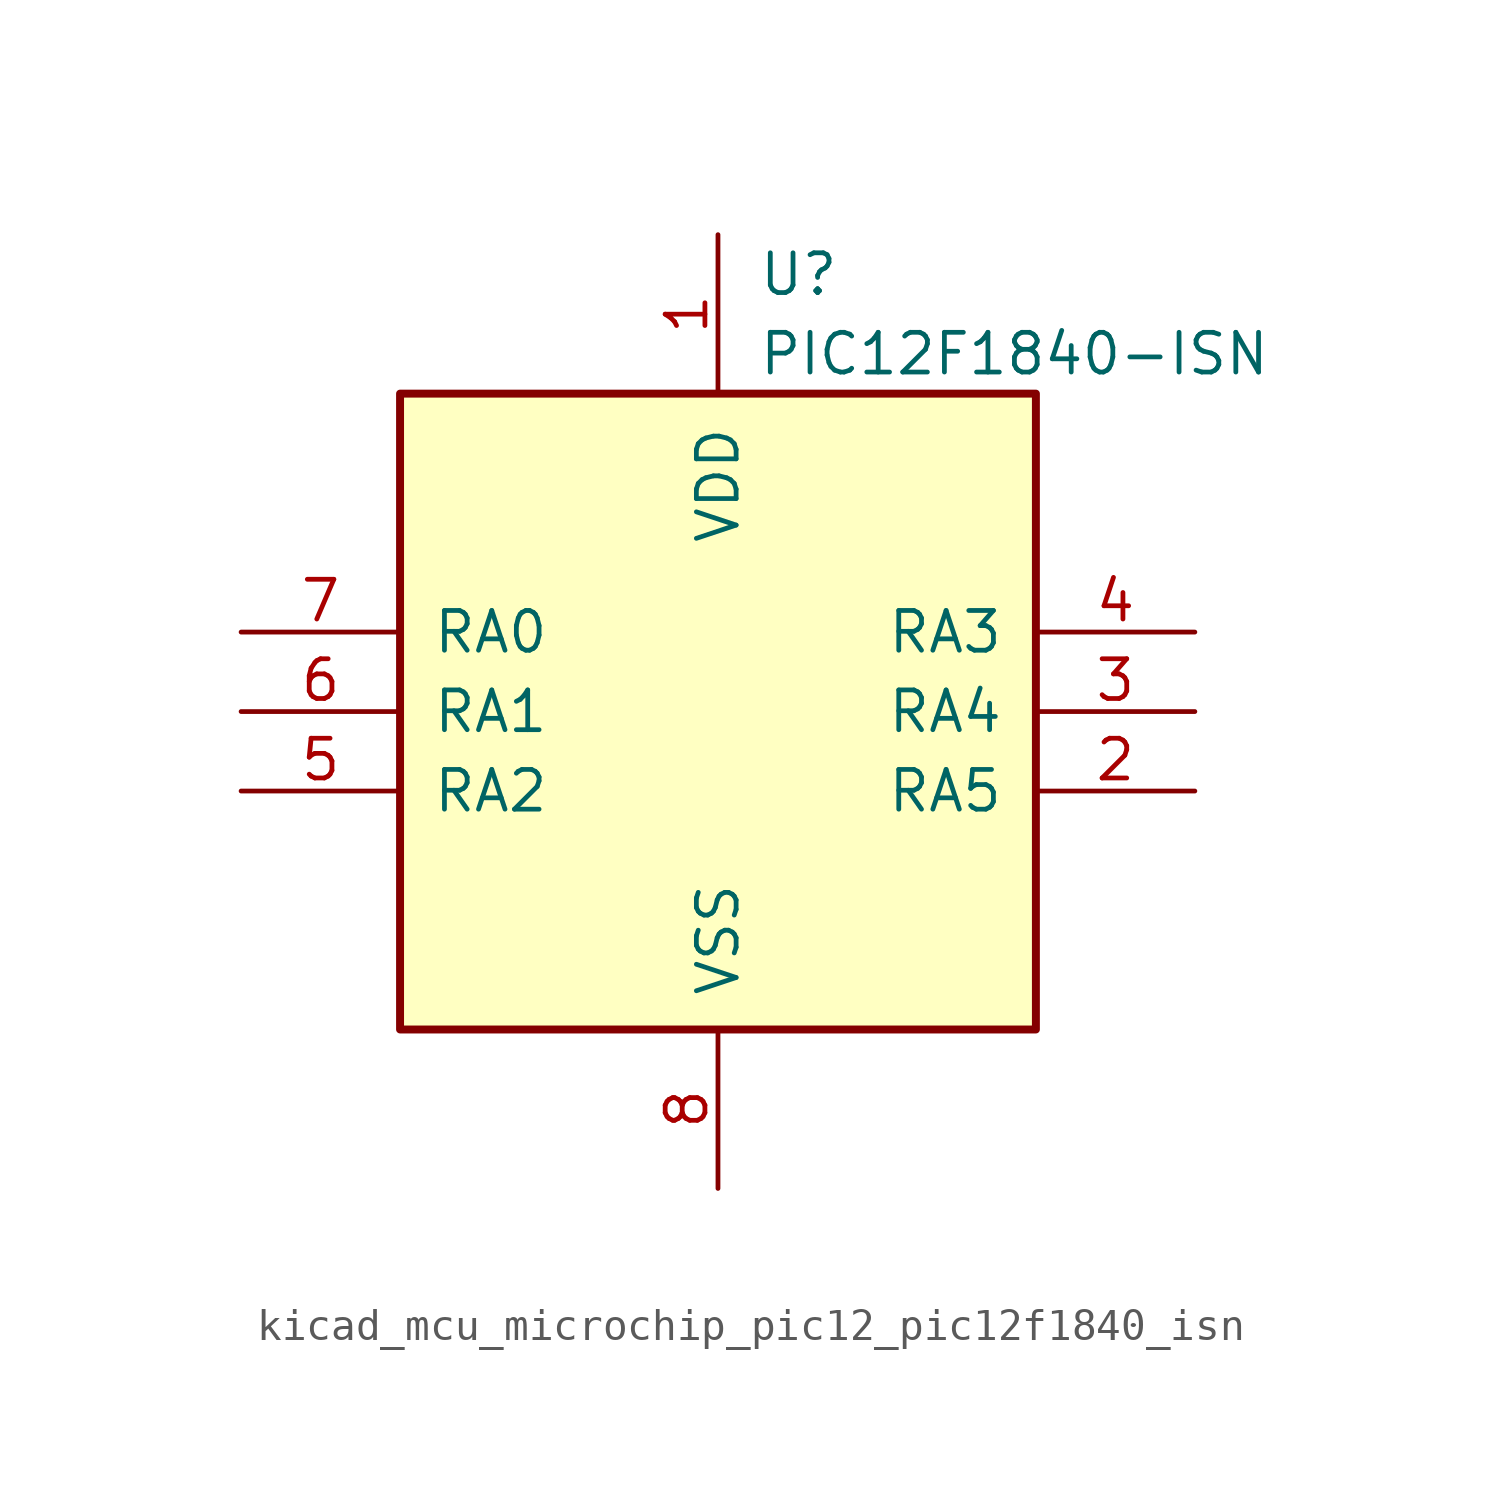
<source format=kicad_sym>
(kicad_symbol_lib
  (version 20220914)
  (generator kicad_symbol_editor)
  (symbol "kicad_mcu_microchip_pic12_pic12f1840_isn"
    (pin_names
      (offset 1.016))
    (property "Reference" "U"
      (at 1.27 13.97 0)
      (effects (font (size 1.27 1.27)) (justify left)))
    (property "Value" "PIC12F1840-ISN"
      (at 1.27 11.43 0)
      (effects (font (size 1.27 1.27)) (justify left)))
    (symbol "kicad_mcu_microchip_pic12_pic12f1840_isn_0_1"
      (rectangle (start 10.16 -10.16) (end -10.16 10.16) (stroke (width 0.254) (type default)) (fill (type background))))
    (symbol "kicad_mcu_microchip_pic12_pic12f1840_isn_1_1"
      (pin power_in line (at 0 15.24 270) (length 5.08) (name "VDD" (effects (font (size 1.27 1.27)))) (number "1" (effects (font (size 1.27 1.27)))))
      (pin bidirectional line (at 15.24 -2.54 180) (length 5.08) (name "RA5" (effects (font (size 1.27 1.27)))) (number "2" (effects (font (size 1.27 1.27)))))
      (pin bidirectional line (at 15.24 0 180) (length 5.08) (name "RA4" (effects (font (size 1.27 1.27)))) (number "3" (effects (font (size 1.27 1.27)))))
      (pin input line (at 15.24 2.54 180) (length 5.08) (name "RA3" (effects (font (size 1.27 1.27)))) (number "4" (effects (font (size 1.27 1.27)))))
      (pin bidirectional line (at -15.24 -2.54 0) (length 5.08) (name "RA2" (effects (font (size 1.27 1.27)))) (number "5" (effects (font (size 1.27 1.27)))))
      (pin bidirectional line (at -15.24 0 0) (length 5.08) (name "RA1" (effects (font (size 1.27 1.27)))) (number "6" (effects (font (size 1.27 1.27)))))
      (pin bidirectional line (at -15.24 2.54 0) (length 5.08) (name "RA0" (effects (font (size 1.27 1.27)))) (number "7" (effects (font (size 1.27 1.27)))))
      (pin power_in line (at 0 -15.24 90) (length 5.08) (name "VSS" (effects (font (size 1.27 1.27)))) (number "8" (effects (font (size 1.27 1.27))))))))
</source>
